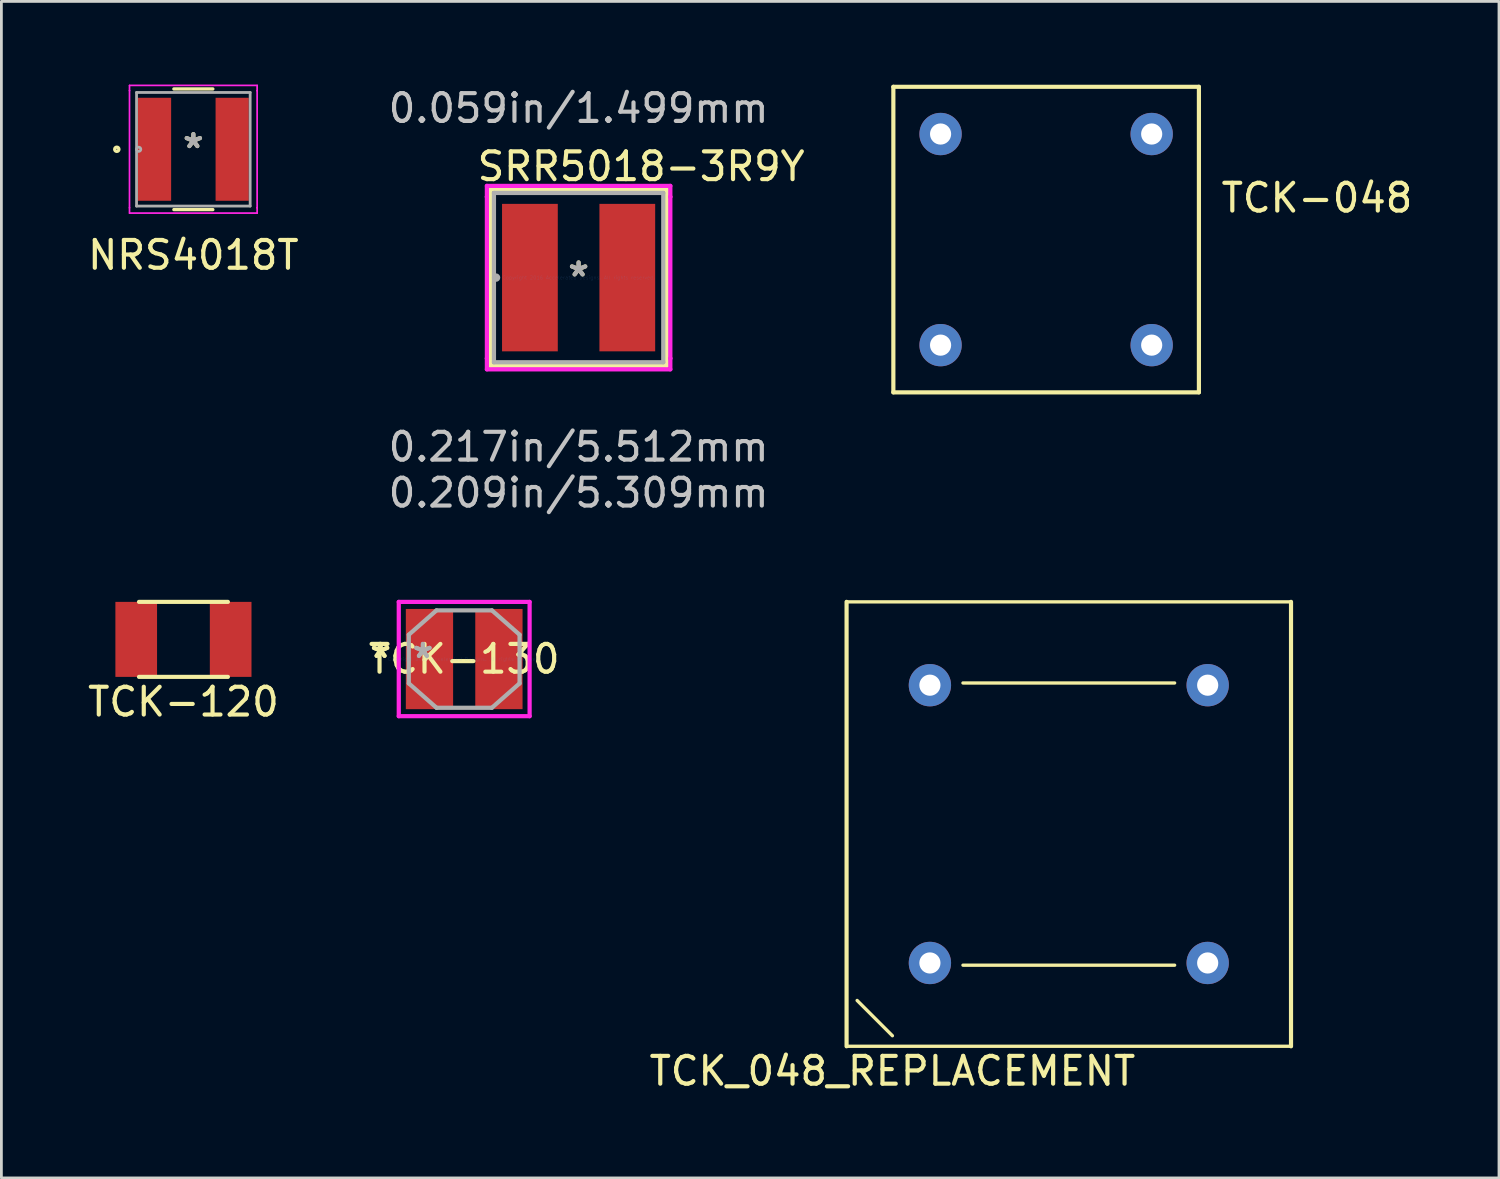
<source format=kicad_pcb>
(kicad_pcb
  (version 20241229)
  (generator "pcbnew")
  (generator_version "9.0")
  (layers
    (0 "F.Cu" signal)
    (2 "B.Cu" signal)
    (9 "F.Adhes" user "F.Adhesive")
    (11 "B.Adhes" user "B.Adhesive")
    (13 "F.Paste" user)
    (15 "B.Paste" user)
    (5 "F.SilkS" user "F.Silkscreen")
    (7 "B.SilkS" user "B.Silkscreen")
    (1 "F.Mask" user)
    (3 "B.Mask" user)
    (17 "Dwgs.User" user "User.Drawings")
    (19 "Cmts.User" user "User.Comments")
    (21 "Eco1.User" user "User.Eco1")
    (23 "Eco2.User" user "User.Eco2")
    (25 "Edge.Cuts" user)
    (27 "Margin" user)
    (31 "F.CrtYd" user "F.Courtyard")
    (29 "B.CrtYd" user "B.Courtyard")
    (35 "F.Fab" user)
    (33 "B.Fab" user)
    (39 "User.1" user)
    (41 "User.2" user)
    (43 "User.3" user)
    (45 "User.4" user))
  (footprint "SRR5018-3R9Y"
    (layer "F.Cu")
    (at 17.78 6.944)
    (property "Reference" "SRR5018-3R9Y" (at 2.25 -4 0) (layer "F.SilkS") (effects (font (size 1 1) (thickness 0.15))))
    (attr smd)
    (fp_line (start -3.175 -3.175) (end -3.175 3.175) (stroke (width 0.152) (type solid)) (layer "F.SilkS"))
    (fp_line (start -3.175 3.175) (end 3.175 3.175) (stroke (width 0.152) (type solid)) (layer "F.SilkS"))
    (fp_line (start 3.175 -3.175) (end -3.175 -3.175) (stroke (width 0.152) (type solid)) (layer "F.SilkS"))
    (fp_line (start 3.175 3.175) (end 3.175 -3.175) (stroke (width 0.152) (type solid)) (layer "F.SilkS"))
    (fp_line (start -3.302 -3.302) (end 3.302 -3.302) (stroke (width 0.152) (type solid)) (layer "F.CrtYd"))
    (fp_line (start -3.302 -2.908) (end -3.302 -3.302) (stroke (width 0.152) (type solid)) (layer "F.CrtYd"))
    (fp_line (start -3.302 -2.908) (end -3.302 -2.908) (stroke (width 0.152) (type solid)) (layer "F.CrtYd"))
    (fp_line (start -3.302 2.908) (end -3.302 -2.908) (stroke (width 0.152) (type solid)) (layer "F.CrtYd"))
    (fp_line (start -3.302 2.908) (end -3.302 2.908) (stroke (width 0.152) (type solid)) (layer "F.CrtYd"))
    (fp_line (start -3.302 3.302) (end -3.302 2.908) (stroke (width 0.152) (type solid)) (layer "F.CrtYd"))
    (fp_line (start 3.302 -3.302) (end 3.302 -2.908) (stroke (width 0.152) (type solid)) (layer "F.CrtYd"))
    (fp_line (start 3.302 -2.908) (end 3.302 -2.908) (stroke (width 0.152) (type solid)) (layer "F.CrtYd"))
    (fp_line (start 3.302 -2.908) (end 3.302 2.908) (stroke (width 0.152) (type solid)) (layer "F.CrtYd"))
    (fp_line (start 3.302 2.908) (end 3.302 2.908) (stroke (width 0.152) (type solid)) (layer "F.CrtYd"))
    (fp_line (start 3.302 2.908) (end 3.302 3.302) (stroke (width 0.152) (type solid)) (layer "F.CrtYd"))
    (fp_line (start 3.302 3.302) (end -3.302 3.302) (stroke (width 0.152) (type solid)) (layer "F.CrtYd"))
    (fp_line (start -3.048 -3.048) (end -3.048 3.048) (stroke (width 0.152) (type solid)) (layer "F.Fab"))
    (fp_line (start -3.048 3.048) (end 3.048 3.048) (stroke (width 0.152) (type solid)) (layer "F.Fab"))
    (fp_line (start 3.048 -3.048) (end -3.048 -3.048) (stroke (width 0.152) (type solid)) (layer "F.Fab"))
    (fp_line (start 3.048 3.048) (end 3.048 -3.048) (stroke (width 0.152) (type solid)) (layer "F.Fab"))
    (fp_circle (center -2.972 0) (end -2.972 0) (stroke (width 0.152) (type solid)) (fill no) (layer "F.Fab"))
    (fp_text user "*" (at 0 0 0) (layer "F.SilkS") (effects (font (size 1 1) (thickness 0.15))))
    (fp_text user "0.217in/5.512mm" (at 0 6.096 0) (layer "Dwgs.User") (effects (font (size 1 1) (thickness 0.15))))
    (fp_text user "0.059in/1.499mm" (at 0 -6.096 0) (layer "Dwgs.User") (effects (font (size 1 1) (thickness 0.15))))
    (fp_text user "0.209in/5.309mm" (at 0 7.75 0) (layer "Dwgs.User") (effects (font (size 1 1) (thickness 0.15))))
    (fp_text user "Copyright 2016 Accelerated Designs. All rights reserved." (at 0 0 0) (layer "Cmts.User") (effects (font (size 0.127 0.127) (thickness 0.002))))
    (fp_text user "*" (at 0 0 0) (layer "F.Fab") (effects (font (size 1 1) (thickness 0.15))))
    (pad "1" smd rect (at -1.753 0) (size 2.007 5.309) (layers "F.Cu" "F.Mask" "F.Paste"))
    (pad "2" smd rect (at 1.753 0) (size 2.007 5.309) (layers "F.Cu" "F.Mask" "F.Paste")))
  (footprint "TCK-048"
    (layer "F.Cu")
    (at 34.611 5.575)
    (property "Reference" "TCK-048" (at 9.75 -1.5 0) (layer "F.SilkS") (effects (font (size 1 1) (thickness 0.15))))
    (attr through_hole)
    (fp_line (start -5.5 -5.5) (end -5.5 5.5) (stroke (width 0.15) (type solid)) (layer "F.SilkS"))
    (fp_line (start -5.5 -5.5) (end 5.5 -5.5) (stroke (width 0.15) (type solid)) (layer "F.SilkS"))
    (fp_line (start 5.5 -5.5) (end 5.5 5.5) (stroke (width 0.15) (type solid)) (layer "F.SilkS"))
    (fp_line (start 5.5 5.5) (end -5.5 5.5) (stroke (width 0.15) (type solid)) (layer "F.SilkS"))
    (pad "1" thru_hole circle (at -3.8 3.8) (size 1.524 1.524) (drill 0.762) (layers "*.Cu" "*.Mask"))
    (pad "2" thru_hole circle (at 3.8 3.8) (size 1.524 1.524) (drill 0.762) (layers "*.Cu" "*.Mask"))
    (pad "3" thru_hole circle (at 3.8 -3.8) (size 1.524 1.524) (drill 0.762) (layers "*.Cu" "*.Mask"))
    (pad "4" thru_hole circle (at -3.8 -3.8) (size 1.524 1.524) (drill 0.762) (layers "*.Cu" "*.Mask")))
  (footprint "TCK-120"
    (layer "F.Cu")
    (at 3.554 19.968)
    (property "Reference" "TCK-120" (at 0 2.25 0) (layer "F.SilkS") (effects (font (size 1 1) (thickness 0.15))))
    (attr through_hole)
    (fp_line (start -1.6 -1.35) (end 1.6 -1.35) (stroke (width 0.15) (type solid)) (layer "F.SilkS"))
    (fp_line (start -1.6 1.35) (end 1.6 1.35) (stroke (width 0.15) (type solid)) (layer "F.SilkS"))
    (pad "1" smd rect (at -1.7 0) (size 1.5 2.7) (layers "F.Cu" "F.Mask" "F.Paste"))
    (pad "2" smd rect (at 1.7 0) (size 1.5 2.7) (layers "F.Cu" "F.Mask" "F.Paste")))
  (footprint "NRS4018T"
    (layer "F.Cu")
    (at 3.911 2.324)
    (property "Reference" "NRS4018T" (at 0 3.81 0) (layer "F.SilkS") (effects (font (size 1 1) (thickness 0.15))))
    (attr through_hole)
    (fp_line (start -0.701 2.172) (end 0.701 2.172) (stroke (width 0.12) (type solid)) (layer "F.SilkS"))
    (fp_line (start 0.701 -2.172) (end -0.701 -2.172) (stroke (width 0.12) (type solid)) (layer "F.SilkS"))
    (fp_circle (center -2.756 0) (end -2.68 0) (stroke (width 0.12) (type solid)) (fill no) (layer "F.SilkS"))
    (fp_line (start -2.299 -2.299) (end 2.299 -2.299) (stroke (width 0.05) (type solid)) (layer "F.CrtYd"))
    (fp_line (start -2.299 -2.299) (end 2.299 -2.299) (stroke (width 0.05) (type solid)) (layer "F.CrtYd"))
    (fp_line (start -2.299 -2.108) (end -2.299 -2.299) (stroke (width 0.05) (type solid)) (layer "F.CrtYd"))
    (fp_line (start -2.299 -2.108) (end -2.299 -2.299) (stroke (width 0.05) (type solid)) (layer "F.CrtYd"))
    (fp_line (start -2.299 -2.108) (end -2.299 -2.108) (stroke (width 0.05) (type solid)) (layer "F.CrtYd"))
    (fp_line (start -2.299 -2.108) (end -2.299 -2.108) (stroke (width 0.05) (type solid)) (layer "F.CrtYd"))
    (fp_line (start -2.299 2.108) (end -2.299 -2.108) (stroke (width 0.05) (type solid)) (layer "F.CrtYd"))
    (fp_line (start -2.299 2.108) (end -2.299 -2.108) (stroke (width 0.05) (type solid)) (layer "F.CrtYd"))
    (fp_line (start -2.299 2.108) (end -2.299 2.108) (stroke (width 0.05) (type solid)) (layer "F.CrtYd"))
    (fp_line (start -2.299 2.108) (end -2.299 2.108) (stroke (width 0.05) (type solid)) (layer "F.CrtYd"))
    (fp_line (start -2.299 2.299) (end -2.299 2.108) (stroke (width 0.05) (type solid)) (layer "F.CrtYd"))
    (fp_line (start -2.299 2.299) (end -2.299 2.108) (stroke (width 0.05) (type solid)) (layer "F.CrtYd"))
    (fp_line (start 2.299 -2.299) (end 2.299 -2.108) (stroke (width 0.05) (type solid)) (layer "F.CrtYd"))
    (fp_line (start 2.299 -2.299) (end 2.299 -2.108) (stroke (width 0.05) (type solid)) (layer "F.CrtYd"))
    (fp_line (start 2.299 -2.108) (end 2.299 -2.108) (stroke (width 0.05) (type solid)) (layer "F.CrtYd"))
    (fp_line (start 2.299 -2.108) (end 2.299 -2.108) (stroke (width 0.05) (type solid)) (layer "F.CrtYd"))
    (fp_line (start 2.299 -2.108) (end 2.299 2.108) (stroke (width 0.05) (type solid)) (layer "F.CrtYd"))
    (fp_line (start 2.299 -2.108) (end 2.299 2.108) (stroke (width 0.05) (type solid)) (layer "F.CrtYd"))
    (fp_line (start 2.299 2.108) (end 2.299 2.108) (stroke (width 0.05) (type solid)) (layer "F.CrtYd"))
    (fp_line (start 2.299 2.108) (end 2.299 2.108) (stroke (width 0.05) (type solid)) (layer "F.CrtYd"))
    (fp_line (start 2.299 2.108) (end 2.299 2.299) (stroke (width 0.05) (type solid)) (layer "F.CrtYd"))
    (fp_line (start 2.299 2.108) (end 2.299 2.299) (stroke (width 0.05) (type solid)) (layer "F.CrtYd"))
    (fp_line (start 2.299 2.299) (end -2.299 2.299) (stroke (width 0.05) (type solid)) (layer "F.CrtYd"))
    (fp_line (start 2.299 2.299) (end -2.299 2.299) (stroke (width 0.05) (type solid)) (layer "F.CrtYd"))
    (fp_line (start -2.045 -2.045) (end -2.045 2.045) (stroke (width 0.1) (type solid)) (layer "F.Fab"))
    (fp_line (start -2.045 2.045) (end 2.045 2.045) (stroke (width 0.1) (type solid)) (layer "F.Fab"))
    (fp_line (start 2.045 -2.045) (end -2.045 -2.045) (stroke (width 0.1) (type solid)) (layer "F.Fab"))
    (fp_line (start 2.045 2.045) (end 2.045 -2.045) (stroke (width 0.1) (type solid)) (layer "F.Fab"))
    (fp_circle (center -1.968 0) (end -1.892 0) (stroke (width 0.1) (type solid)) (fill no) (layer "F.Fab"))
    (fp_text user "*" (at 0 0 0) (layer "F.SilkS") (effects (font (size 1 1) (thickness 0.15))))
    (fp_text user "*" (at 0 0 0) (layer "F.Fab") (effects (font (size 1 1) (thickness 0.15))))
    (pad "1" smd rect (at -1.397 0) (size 1.194 3.708) (layers "F.Cu" "F.Mask" "F.Paste"))
    (pad "2" smd rect (at 1.397 0) (size 1.194 3.708) (layers "F.Cu" "F.Mask" "F.Paste")))
  (footprint "TCK_048_REPLACEMENT"
    (layer "F.Cu")
    (at 35.427 26.617)
    (property "Reference" "TCK_048_REPLACEMENT" (at -6.35 8.89 0) (layer "F.SilkS") (effects (font (size 1 1) (thickness 0.15))))
    (attr through_hole)
    (fp_line (start -8 -8) (end -8 8) (stroke (width 0.15) (type solid)) (layer "F.SilkS"))
    (fp_line (start -8 -8) (end 8 -8) (stroke (width 0.12) (type solid)) (layer "F.SilkS"))
    (fp_line (start -8 8) (end 8 8) (stroke (width 0.12) (type solid)) (layer "F.SilkS"))
    (fp_line (start -7.62 6.35) (end -6.35 7.62) (stroke (width 0.12) (type solid)) (layer "F.SilkS"))
    (fp_line (start -3.81 -5.08) (end 3.81 -5.08) (stroke (width 0.12) (type solid)) (layer "F.SilkS"))
    (fp_line (start -3.81 5.08) (end 3.81 5.08) (stroke (width 0.12) (type solid)) (layer "F.SilkS"))
    (fp_line (start 8 -8) (end 8 8) (stroke (width 0.15) (type solid)) (layer "F.SilkS"))
    (pad "1" thru_hole circle (at -5 5) (size 1.524 1.524) (drill 0.762) (layers "*.Cu" "*.Mask"))
    (pad "2" thru_hole circle (at 5 5) (size 1.524 1.524) (drill 0.762) (layers "*.Cu" "*.Mask"))
    (pad "3" thru_hole circle (at 5 -5) (size 1.524 1.524) (drill 0.762) (layers "*.Cu" "*.Mask"))
    (pad "4" thru_hole circle (at -5 -5) (size 1.524 1.524) (drill 0.762) (layers "*.Cu" "*.Mask")))
  (footprint "TCK-130"
    (layer "F.Cu")
    (at 13.661 20.676)
    (property "Reference" "TCK-130" (at 0 0 0) (layer "F.SilkS") (effects (font (size 1 1) (thickness 0.15))))
    (attr through_hole)
    (fp_line (start -2.355 -2.057) (end 2.355 -2.057) (stroke (width 0.152) (type solid)) (layer "F.CrtYd"))
    (fp_line (start -2.355 2.057) (end -2.355 -2.057) (stroke (width 0.152) (type solid)) (layer "F.CrtYd"))
    (fp_line (start 2.355 -2.057) (end 2.355 2.057) (stroke (width 0.152) (type solid)) (layer "F.CrtYd"))
    (fp_line (start 2.355 2.057) (end -2.355 2.057) (stroke (width 0.152) (type solid)) (layer "F.CrtYd"))
    (fp_line (start -1.994 -0.876) (end -1.994 0.876) (stroke (width 0.152) (type solid)) (layer "F.Fab"))
    (fp_line (start -1.994 0.876) (end -0.997 1.753) (stroke (width 0.152) (type solid)) (layer "F.Fab"))
    (fp_line (start -0.997 -1.753) (end -1.994 -0.876) (stroke (width 0.152) (type solid)) (layer "F.Fab"))
    (fp_line (start -0.997 1.753) (end 0.997 1.753) (stroke (width 0.152) (type solid)) (layer "F.Fab"))
    (fp_line (start 0.997 -1.753) (end -0.997 -1.753) (stroke (width 0.152) (type solid)) (layer "F.Fab"))
    (fp_line (start 0.997 1.753) (end 1.994 0.876) (stroke (width 0.152) (type solid)) (layer "F.Fab"))
    (fp_line (start 1.994 -0.876) (end 0.997 -1.753) (stroke (width 0.152) (type solid)) (layer "F.Fab"))
    (fp_line (start 1.994 0.876) (end 1.994 -0.876) (stroke (width 0.152) (type solid)) (layer "F.Fab"))
    (fp_text user "*" (at -3.01 0 0) (layer "F.SilkS") (effects (font (size 1 1) (thickness 0.15))))
    (fp_text user "*" (at -3.01 0 0) (layer "F.SilkS") (effects (font (size 1 1) (thickness 0.15))))
    (fp_text user "Copyright 2016 Accelerated Designs. All rights reserved." (at 0 0 0) (layer "Cmts.User") (effects (font (size 0.127 0.127) (thickness 0.002))))
    (fp_text user "*" (at -1.486 0 0) (layer "F.Fab") (effects (font (size 1 1) (thickness 0.15))))
    (fp_text user "*" (at -1.486 0 0) (layer "F.Fab") (effects (font (size 1 1) (thickness 0.15))))
    (pad "1" smd rect (at -1.25 0) (size 1.702 3.607) (layers "F.Cu" "F.Mask" "F.Paste"))
    (pad "2" smd rect (at 1.25 0) (size 1.702 3.607) (layers "F.Cu" "F.Mask" "F.Paste")))
  (gr_rect
    (start -3 -3)
    (end 50.914 39.356)
    (stroke (width 0.1) (type default))
    (fill no)
    (layer "Edge.Cuts")))
</source>
